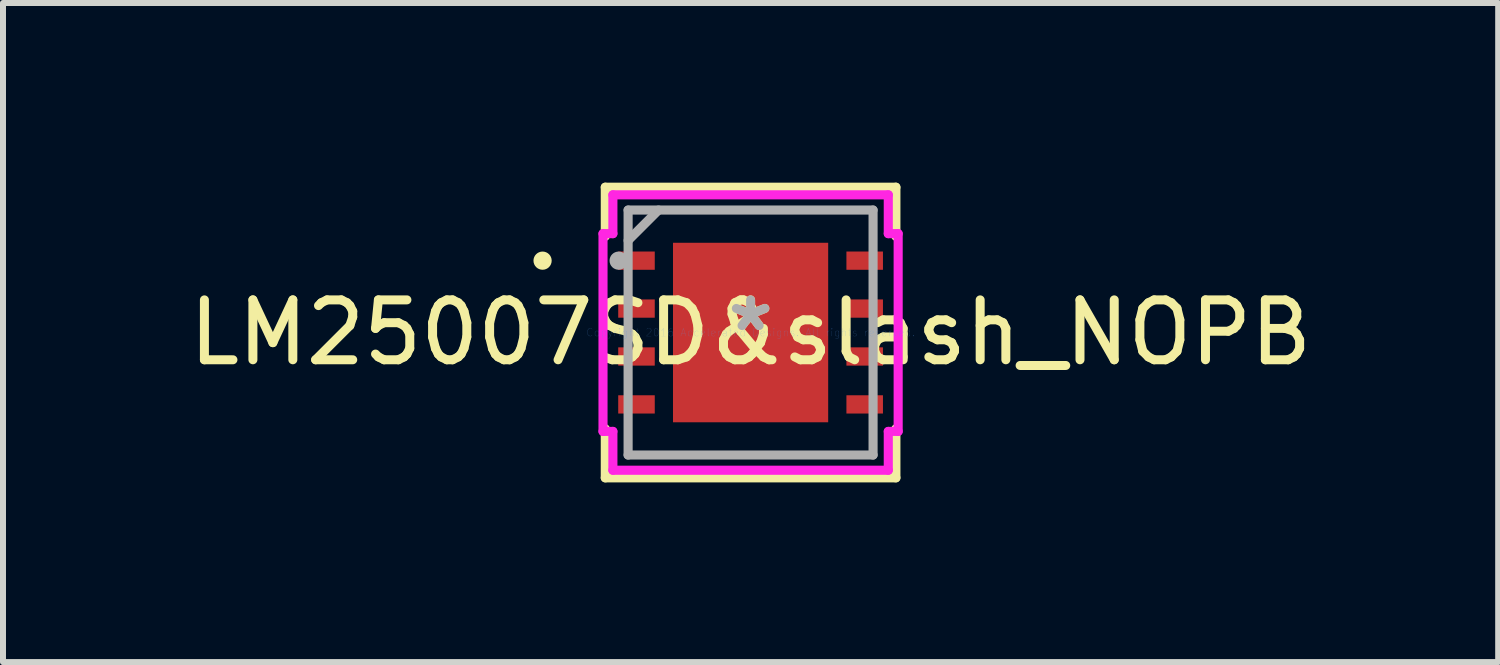
<source format=kicad_pcb>
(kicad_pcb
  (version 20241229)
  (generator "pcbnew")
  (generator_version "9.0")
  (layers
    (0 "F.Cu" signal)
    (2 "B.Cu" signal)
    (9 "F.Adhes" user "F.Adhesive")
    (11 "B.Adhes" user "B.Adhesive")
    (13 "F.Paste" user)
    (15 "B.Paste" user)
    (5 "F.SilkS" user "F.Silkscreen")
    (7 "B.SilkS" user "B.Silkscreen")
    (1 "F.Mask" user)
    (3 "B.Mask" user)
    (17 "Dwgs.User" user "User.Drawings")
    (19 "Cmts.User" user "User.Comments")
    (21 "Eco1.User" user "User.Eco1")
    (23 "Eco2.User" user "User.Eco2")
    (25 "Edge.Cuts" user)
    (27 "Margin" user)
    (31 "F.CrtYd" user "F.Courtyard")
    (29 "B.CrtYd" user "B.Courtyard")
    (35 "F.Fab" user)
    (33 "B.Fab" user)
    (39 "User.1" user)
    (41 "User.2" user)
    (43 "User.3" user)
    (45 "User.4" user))
  (footprint "LM25007SD&slash_NOPB"
    (layer "F.Cu")
    (at 9.482 2.502)
    (property "Reference" "LM25007SD&slash_NOPB" (at 0 0 0) (layer "F.SilkS") (effects (font (size 1 1) (thickness 0.15))))
    (attr through_hole)
    (fp_line (start -2.426 -2.426) (end -2.426 -1.606) (stroke (width 0.152) (type solid)) (layer "F.SilkS"))
    (fp_line (start -2.426 1.606) (end -2.426 2.426) (stroke (width 0.152) (type solid)) (layer "F.SilkS"))
    (fp_line (start -2.426 2.426) (end 2.426 2.426) (stroke (width 0.152) (type solid)) (layer "F.SilkS"))
    (fp_line (start 2.426 -2.426) (end -2.426 -2.426) (stroke (width 0.152) (type solid)) (layer "F.SilkS"))
    (fp_line (start 2.426 -1.606) (end 2.426 -2.426) (stroke (width 0.152) (type solid)) (layer "F.SilkS"))
    (fp_line (start 2.426 2.426) (end 2.426 1.606) (stroke (width 0.152) (type solid)) (layer "F.SilkS"))
    (fp_circle (center -3.473 -1.2) (end -3.397 -1.2) (stroke (width 0.152) (type solid)) (fill no) (layer "F.SilkS"))
    (fp_line (start -2.413 -1.352) (end -2.413 -1.048) (stroke (width 0.152) (type solid)) (layer "F.Paste"))
    (fp_line (start -2.413 -1.048) (end -1.803 -1.048) (stroke (width 0.152) (type solid)) (layer "F.Paste"))
    (fp_line (start -2.413 -0.552) (end -2.413 -0.248) (stroke (width 0.152) (type solid)) (layer "F.Paste"))
    (fp_line (start -2.413 -0.248) (end -1.803 -0.248) (stroke (width 0.152) (type solid)) (layer "F.Paste"))
    (fp_line (start -2.413 0.248) (end -2.413 0.552) (stroke (width 0.152) (type solid)) (layer "F.Paste"))
    (fp_line (start -2.413 0.552) (end -1.803 0.552) (stroke (width 0.152) (type solid)) (layer "F.Paste"))
    (fp_line (start -2.413 1.048) (end -2.413 1.352) (stroke (width 0.152) (type solid)) (layer "F.Paste"))
    (fp_line (start -2.413 1.352) (end -1.803 1.352) (stroke (width 0.152) (type solid)) (layer "F.Paste"))
    (fp_line (start -1.803 -1.352) (end -2.413 -1.352) (stroke (width 0.152) (type solid)) (layer "F.Paste"))
    (fp_line (start -1.803 -1.048) (end -1.803 -1.352) (stroke (width 0.152) (type solid)) (layer "F.Paste"))
    (fp_line (start -1.803 -0.552) (end -2.413 -0.552) (stroke (width 0.152) (type solid)) (layer "F.Paste"))
    (fp_line (start -1.803 -0.248) (end -1.803 -0.552) (stroke (width 0.152) (type solid)) (layer "F.Paste"))
    (fp_line (start -1.803 0.248) (end -2.413 0.248) (stroke (width 0.152) (type solid)) (layer "F.Paste"))
    (fp_line (start -1.803 0.552) (end -1.803 0.248) (stroke (width 0.152) (type solid)) (layer "F.Paste"))
    (fp_line (start -1.803 1.048) (end -2.413 1.048) (stroke (width 0.152) (type solid)) (layer "F.Paste"))
    (fp_line (start -1.803 1.352) (end -1.803 1.048) (stroke (width 0.152) (type solid)) (layer "F.Paste"))
    (fp_line (start -1.192 -1.395) (end -1.192 -0.1) (stroke (width 0.152) (type solid)) (layer "F.Paste"))
    (fp_line (start -1.192 -0.1) (end -0.1 -0.1) (stroke (width 0.152) (type solid)) (layer "F.Paste"))
    (fp_line (start -1.192 0.1) (end -1.192 1.395) (stroke (width 0.152) (type solid)) (layer "F.Paste"))
    (fp_line (start -1.192 1.395) (end -0.1 1.395) (stroke (width 0.152) (type solid)) (layer "F.Paste"))
    (fp_line (start -0.1 -1.395) (end -1.192 -1.395) (stroke (width 0.152) (type solid)) (layer "F.Paste"))
    (fp_line (start -0.1 -0.1) (end -0.1 -1.395) (stroke (width 0.152) (type solid)) (layer "F.Paste"))
    (fp_line (start -0.1 0.1) (end -1.192 0.1) (stroke (width 0.152) (type solid)) (layer "F.Paste"))
    (fp_line (start -0.1 1.395) (end -0.1 0.1) (stroke (width 0.152) (type solid)) (layer "F.Paste"))
    (fp_line (start 0.1 -1.395) (end 0.1 -0.1) (stroke (width 0.152) (type solid)) (layer "F.Paste"))
    (fp_line (start 0.1 -0.1) (end 1.192 -0.1) (stroke (width 0.152) (type solid)) (layer "F.Paste"))
    (fp_line (start 0.1 0.1) (end 0.1 1.395) (stroke (width 0.152) (type solid)) (layer "F.Paste"))
    (fp_line (start 0.1 1.395) (end 1.192 1.395) (stroke (width 0.152) (type solid)) (layer "F.Paste"))
    (fp_line (start 1.192 -1.395) (end 0.1 -1.395) (stroke (width 0.152) (type solid)) (layer "F.Paste"))
    (fp_line (start 1.192 -0.1) (end 1.192 -1.395) (stroke (width 0.152) (type solid)) (layer "F.Paste"))
    (fp_line (start 1.192 0.1) (end 0.1 0.1) (stroke (width 0.152) (type solid)) (layer "F.Paste"))
    (fp_line (start 1.192 1.395) (end 1.192 0.1) (stroke (width 0.152) (type solid)) (layer "F.Paste"))
    (fp_line (start 1.803 -1.352) (end 1.803 -1.048) (stroke (width 0.152) (type solid)) (layer "F.Paste"))
    (fp_line (start 1.803 -1.048) (end 2.413 -1.048) (stroke (width 0.152) (type solid)) (layer "F.Paste"))
    (fp_line (start 1.803 -0.552) (end 1.803 -0.248) (stroke (width 0.152) (type solid)) (layer "F.Paste"))
    (fp_line (start 1.803 -0.248) (end 2.413 -0.248) (stroke (width 0.152) (type solid)) (layer "F.Paste"))
    (fp_line (start 1.803 0.248) (end 1.803 0.552) (stroke (width 0.152) (type solid)) (layer "F.Paste"))
    (fp_line (start 1.803 0.552) (end 2.413 0.552) (stroke (width 0.152) (type solid)) (layer "F.Paste"))
    (fp_line (start 1.803 1.048) (end 1.803 1.352) (stroke (width 0.152) (type solid)) (layer "F.Paste"))
    (fp_line (start 1.803 1.352) (end 2.413 1.352) (stroke (width 0.152) (type solid)) (layer "F.Paste"))
    (fp_line (start 2.413 -1.352) (end 1.803 -1.352) (stroke (width 0.152) (type solid)) (layer "F.Paste"))
    (fp_line (start 2.413 -1.048) (end 2.413 -1.352) (stroke (width 0.152) (type solid)) (layer "F.Paste"))
    (fp_line (start 2.413 -0.552) (end 1.803 -0.552) (stroke (width 0.152) (type solid)) (layer "F.Paste"))
    (fp_line (start 2.413 -0.248) (end 2.413 -0.552) (stroke (width 0.152) (type solid)) (layer "F.Paste"))
    (fp_line (start 2.413 0.248) (end 1.803 0.248) (stroke (width 0.152) (type solid)) (layer "F.Paste"))
    (fp_line (start 2.413 0.552) (end 2.413 0.248) (stroke (width 0.152) (type solid)) (layer "F.Paste"))
    (fp_line (start 2.413 1.048) (end 1.803 1.048) (stroke (width 0.152) (type solid)) (layer "F.Paste"))
    (fp_line (start 2.413 1.352) (end 2.413 1.048) (stroke (width 0.152) (type solid)) (layer "F.Paste"))
    (fp_line (start -2.464 -1.651) (end -2.299 -1.651) (stroke (width 0.152) (type solid)) (layer "F.CrtYd"))
    (fp_line (start -2.464 1.651) (end -2.464 -1.651) (stroke (width 0.152) (type solid)) (layer "F.CrtYd"))
    (fp_line (start -2.299 -2.299) (end 2.299 -2.299) (stroke (width 0.152) (type solid)) (layer "F.CrtYd"))
    (fp_line (start -2.299 -1.651) (end -2.299 -2.299) (stroke (width 0.152) (type solid)) (layer "F.CrtYd"))
    (fp_line (start -2.299 1.651) (end -2.464 1.651) (stroke (width 0.152) (type solid)) (layer "F.CrtYd"))
    (fp_line (start -2.299 2.299) (end -2.299 1.651) (stroke (width 0.152) (type solid)) (layer "F.CrtYd"))
    (fp_line (start 2.299 -2.299) (end 2.299 -1.651) (stroke (width 0.152) (type solid)) (layer "F.CrtYd"))
    (fp_line (start 2.299 -1.651) (end 2.464 -1.651) (stroke (width 0.152) (type solid)) (layer "F.CrtYd"))
    (fp_line (start 2.299 1.651) (end 2.299 2.299) (stroke (width 0.152) (type solid)) (layer "F.CrtYd"))
    (fp_line (start 2.299 2.299) (end -2.299 2.299) (stroke (width 0.152) (type solid)) (layer "F.CrtYd"))
    (fp_line (start 2.464 -1.651) (end 2.464 1.651) (stroke (width 0.152) (type solid)) (layer "F.CrtYd"))
    (fp_line (start 2.464 1.651) (end 2.299 1.651) (stroke (width 0.152) (type solid)) (layer "F.CrtYd"))
    (fp_line (start -2.045 -2.045) (end -2.045 2.045) (stroke (width 0.152) (type solid)) (layer "F.Fab"))
    (fp_line (start -2.045 2.045) (end 2.045 2.045) (stroke (width 0.152) (type solid)) (layer "F.Fab"))
    (fp_line (start -1.537 -2.045) (end -2.045 -1.537) (stroke (width 0.152) (type solid)) (layer "F.Fab"))
    (fp_line (start 2.045 -2.045) (end -2.045 -2.045) (stroke (width 0.152) (type solid)) (layer "F.Fab"))
    (fp_line (start 2.045 2.045) (end 2.045 -2.045) (stroke (width 0.152) (type solid)) (layer "F.Fab"))
    (fp_circle (center -2.203 -1.2) (end -2.127 -1.2) (stroke (width 0.152) (type solid)) (fill no) (layer "F.Fab"))
    (fp_text user "*" (at 0 0 0) (layer "F.SilkS") (effects (font (size 1 1) (thickness 0.15))))
    (fp_text user "Copyright 2016 Accelerated Designs. All rights reserved." (at 0 0 0) (layer "Cmts.User") (effects (font (size 0.127 0.127) (thickness 0.002))))
    (fp_text user "*" (at 0 0 0) (layer "F.Fab") (effects (font (size 1 1) (thickness 0.15))))
    (pad "1" smd rect (at -1.905 -1.2) (size 0.61 0.305) (layers "F.Cu" "F.Mask" "F.Paste"))
    (pad "2" smd rect (at -1.905 -0.4) (size 0.61 0.305) (layers "F.Cu" "F.Mask" "F.Paste"))
    (pad "3" smd rect (at -1.905 0.4) (size 0.61 0.305) (layers "F.Cu" "F.Mask" "F.Paste"))
    (pad "4" smd rect (at -1.905 1.2) (size 0.61 0.305) (layers "F.Cu" "F.Mask" "F.Paste"))
    (pad "5" smd rect (at 1.905 1.2) (size 0.61 0.305) (layers "F.Cu" "F.Mask" "F.Paste"))
    (pad "6" smd rect (at 1.905 0.4) (size 0.61 0.305) (layers "F.Cu" "F.Mask" "F.Paste"))
    (pad "7" smd rect (at 1.905 -0.4) (size 0.61 0.305) (layers "F.Cu" "F.Mask" "F.Paste"))
    (pad "8" smd rect (at 1.905 -1.2) (size 0.61 0.305) (layers "F.Cu" "F.Mask" "F.Paste"))
    (pad "9" smd rect (at 0 0) (size 2.591 2.997) (layers "F.Cu" "F.Mask" "F.Paste")))
  (gr_rect
    (start -3 -3)
    (end 21.964 8.004)
    (stroke (width 0.1) (type default))
    (fill no)
    (layer "Edge.Cuts")))
</source>
